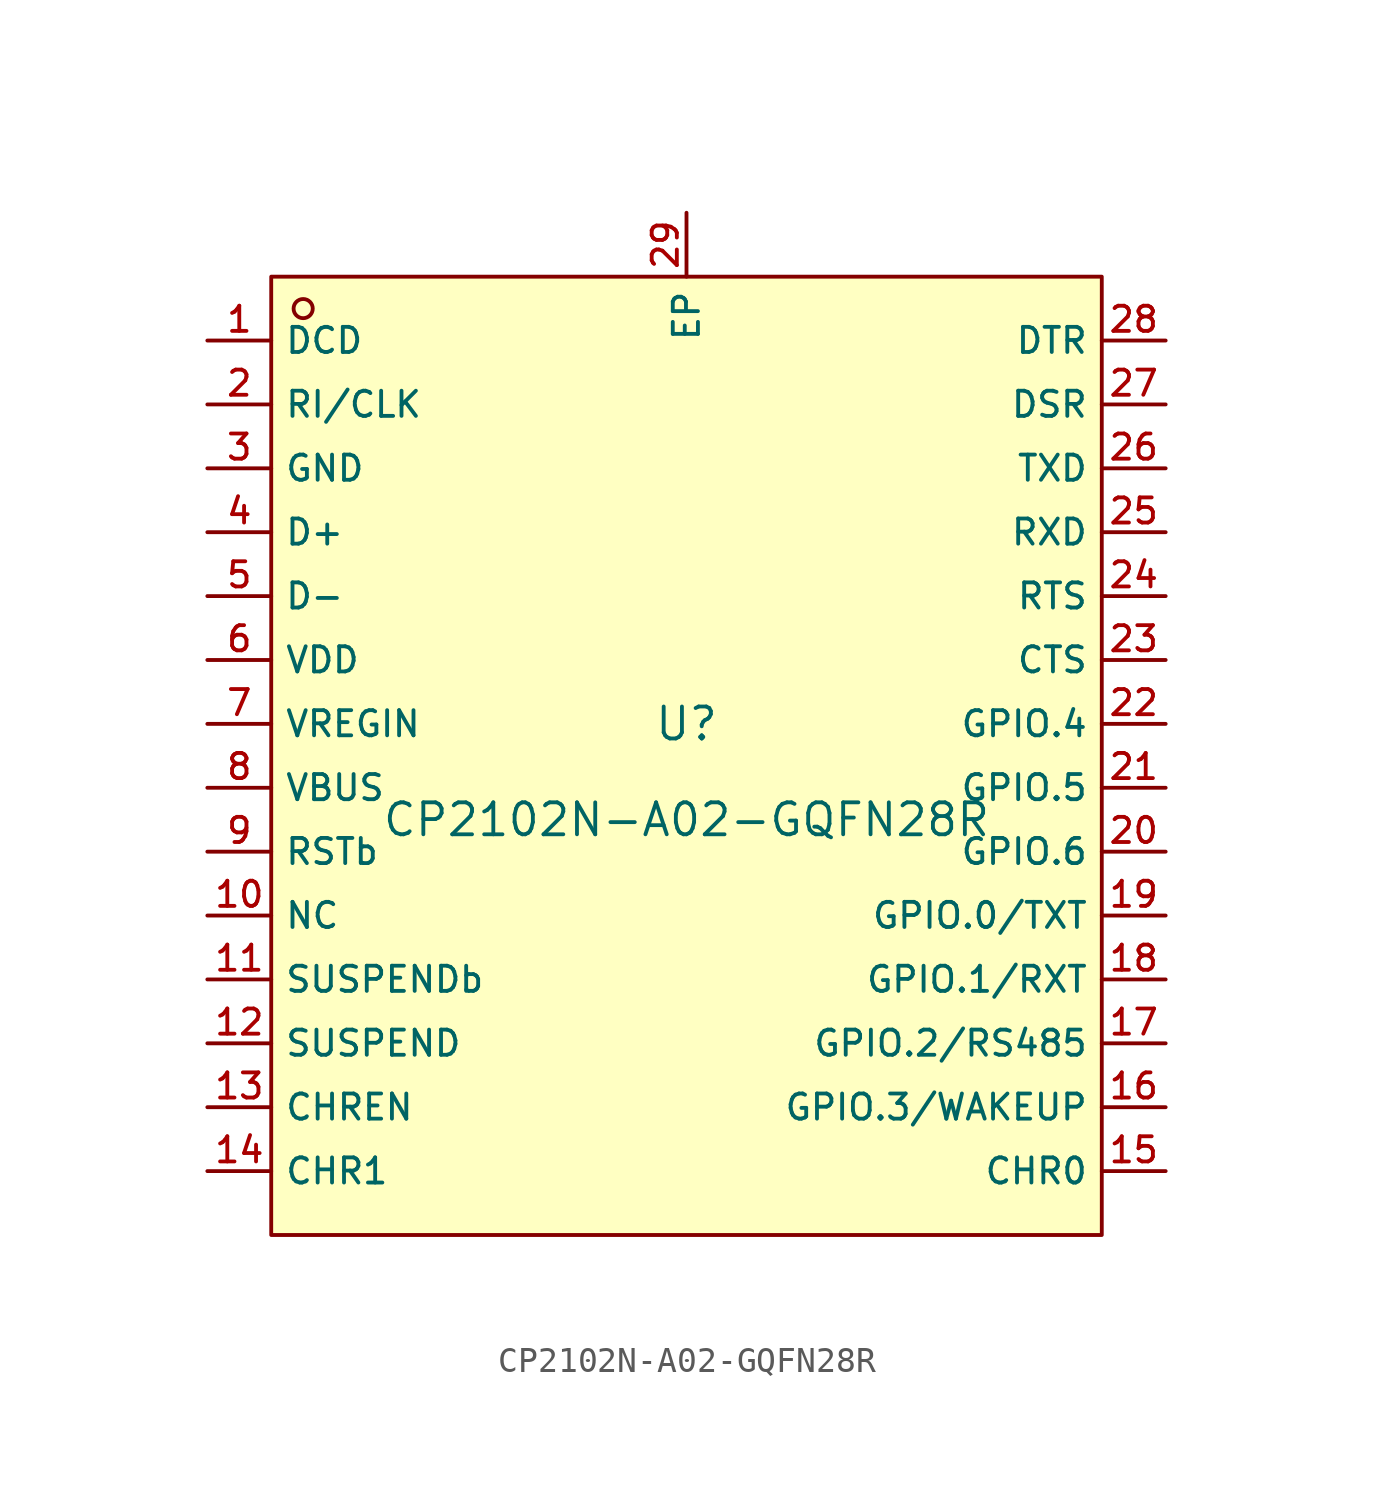
<source format=kicad_sym>
(kicad_symbol_lib
  (version 20210201)
  (generator TousstNicolas/JLC2KiCad_lib)
  (symbol "CP2102N-A02-GQFN28R"
    (property "Reference" "U"
      (at 0 1.27 0)
      (effects (font (size 1.27 1.27))))
    (property "Value" "CP2102N-A02-GQFN28R"
      (at 0 -2.54 0)
      (effects (font (size 1.27 1.27))))
    (symbol "CP2102N-A02-GQFN28R_0_1"
      (rectangle (start -16.51 19.05) (end 16.51 -19.05) (stroke (width 0) (type default) (color 0 0 0 0)) (fill (type background)))
      (circle (center -15.24 17.78) (radius 0.381) (stroke (width 0) (type default) (color 0 0 0 0)) (fill (type background)))
      (pin unspecified line (at -19.05 16.51 0) (length 2.54) (name "DCD" (effects (font (size 1 1)))) (number "1" (effects (font (size 1 1)))))
      (pin unspecified line (at -19.05 13.97 0) (length 2.54) (name "RI/CLK" (effects (font (size 1 1)))) (number "2" (effects (font (size 1 1)))))
      (pin unspecified line (at -19.05 11.43 0) (length 2.54) (name "GND" (effects (font (size 1 1)))) (number "3" (effects (font (size 1 1)))))
      (pin unspecified line (at -19.05 8.89 0) (length 2.54) (name "D+" (effects (font (size 1 1)))) (number "4" (effects (font (size 1 1)))))
      (pin unspecified line (at -19.05 6.35 0) (length 2.54) (name "D-" (effects (font (size 1 1)))) (number "5" (effects (font (size 1 1)))))
      (pin unspecified line (at -19.05 3.81 0) (length 2.54) (name "VDD" (effects (font (size 1 1)))) (number "6" (effects (font (size 1 1)))))
      (pin unspecified line (at -19.05 1.27 0) (length 2.54) (name "VREGIN" (effects (font (size 1 1)))) (number "7" (effects (font (size 1 1)))))
      (pin unspecified line (at -19.05 -1.27 0) (length 2.54) (name "VBUS" (effects (font (size 1 1)))) (number "8" (effects (font (size 1 1)))))
      (pin unspecified line (at -19.05 -3.81 0) (length 2.54) (name "RSTb" (effects (font (size 1 1)))) (number "9" (effects (font (size 1 1)))))
      (pin unspecified line (at -19.05 -6.35 0) (length 2.54) (name "NC" (effects (font (size 1 1)))) (number "10" (effects (font (size 1 1)))))
      (pin unspecified line (at -19.05 -8.89 0) (length 2.54) (name "SUSPENDb" (effects (font (size 1 1)))) (number "11" (effects (font (size 1 1)))))
      (pin unspecified line (at -19.05 -11.43 0) (length 2.54) (name "SUSPEND" (effects (font (size 1 1)))) (number "12" (effects (font (size 1 1)))))
      (pin unspecified line (at -19.05 -13.97 0) (length 2.54) (name "CHREN" (effects (font (size 1 1)))) (number "13" (effects (font (size 1 1)))))
      (pin unspecified line (at -19.05 -16.51 0) (length 2.54) (name "CHR1" (effects (font (size 1 1)))) (number "14" (effects (font (size 1 1)))))
      (pin unspecified line (at 19.05 -16.51 180) (length 2.54) (name "CHR0" (effects (font (size 1 1)))) (number "15" (effects (font (size 1 1)))))
      (pin unspecified line (at 19.05 -13.97 180) (length 2.54) (name "GPIO.3/WAKEUP" (effects (font (size 1 1)))) (number "16" (effects (font (size 1 1)))))
      (pin unspecified line (at 19.05 -11.43 180) (length 2.54) (name "GPIO.2/RS485" (effects (font (size 1 1)))) (number "17" (effects (font (size 1 1)))))
      (pin unspecified line (at 19.05 -8.89 180) (length 2.54) (name "GPIO.1/RXT" (effects (font (size 1 1)))) (number "18" (effects (font (size 1 1)))))
      (pin unspecified line (at 19.05 -6.35 180) (length 2.54) (name "GPIO.0/TXT" (effects (font (size 1 1)))) (number "19" (effects (font (size 1 1)))))
      (pin unspecified line (at 19.05 -3.81 180) (length 2.54) (name "GPIO.6" (effects (font (size 1 1)))) (number "20" (effects (font (size 1 1)))))
      (pin unspecified line (at 19.05 -1.27 180) (length 2.54) (name "GPIO.5" (effects (font (size 1 1)))) (number "21" (effects (font (size 1 1)))))
      (pin unspecified line (at 19.05 1.27 180) (length 2.54) (name "GPIO.4" (effects (font (size 1 1)))) (number "22" (effects (font (size 1 1)))))
      (pin unspecified line (at 19.05 3.81 180) (length 2.54) (name "CTS" (effects (font (size 1 1)))) (number "23" (effects (font (size 1 1)))))
      (pin unspecified line (at 19.05 6.35 180) (length 2.54) (name "RTS" (effects (font (size 1 1)))) (number "24" (effects (font (size 1 1)))))
      (pin unspecified line (at 19.05 8.89 180) (length 2.54) (name "RXD" (effects (font (size 1 1)))) (number "25" (effects (font (size 1 1)))))
      (pin unspecified line (at 19.05 11.43 180) (length 2.54) (name "TXD" (effects (font (size 1 1)))) (number "26" (effects (font (size 1 1)))))
      (pin unspecified line (at 19.05 13.97 180) (length 2.54) (name "DSR" (effects (font (size 1 1)))) (number "27" (effects (font (size 1 1)))))
      (pin unspecified line (at 19.05 16.51 180) (length 2.54) (name "DTR" (effects (font (size 1 1)))) (number "28" (effects (font (size 1 1)))))
      (pin unspecified line (at 0.0 21.59 270) (length 2.54) (name "EP" (effects (font (size 1 1)))) (number "29" (effects (font (size 1 1))))))))
</source>
